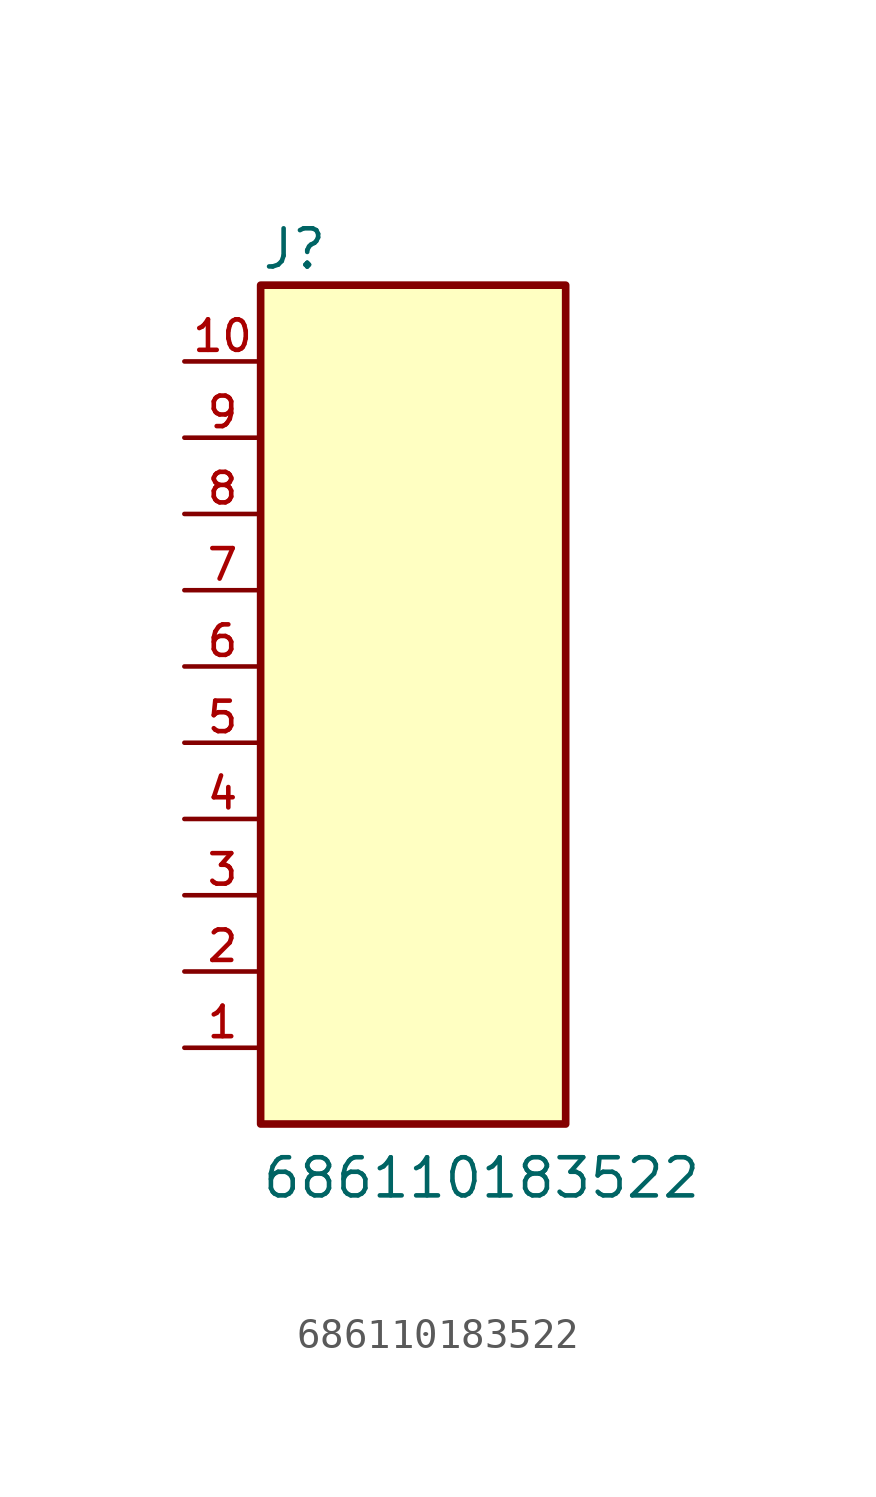
<source format=kicad_sym>
(kicad_symbol_lib
  (version 20211014)
  (generator kicad_symbol_editor)
  (symbol "686110183522"
    (pin_names
      (offset 1.016))
    (property "Reference" "J"
      (at -5.08 13.16 0)
      (effects (font (size 1.27 1.27)) (justify bottom left)))
    (property "Value" "686110183522"
      (at -5.08 -17.78 0)
      (effects (font (size 1.27 1.27)) (justify bottom left)))
    (symbol "686110183522_0_0"
      (rectangle (start -5.08 -15.24) (end 5.08 12.7) (stroke (width 0.254)) (fill (type background)))
      (pin passive line (at -7.62 10.16 0) (length 2.54) (name "~" (effects (font (size 1.016 1.016)))) (number "10" (effects (font (size 1.016 1.016)))))
      (pin passive line (at -7.62 7.62 0) (length 2.54) (name "~" (effects (font (size 1.016 1.016)))) (number "9" (effects (font (size 1.016 1.016)))))
      (pin passive line (at -7.62 5.08 0) (length 2.54) (name "~" (effects (font (size 1.016 1.016)))) (number "8" (effects (font (size 1.016 1.016)))))
      (pin passive line (at -7.62 2.54 0) (length 2.54) (name "~" (effects (font (size 1.016 1.016)))) (number "7" (effects (font (size 1.016 1.016)))))
      (pin passive line (at -7.62 0.0 0) (length 2.54) (name "~" (effects (font (size 1.016 1.016)))) (number "6" (effects (font (size 1.016 1.016)))))
      (pin passive line (at -7.62 -2.54 0) (length 2.54) (name "~" (effects (font (size 1.016 1.016)))) (number "5" (effects (font (size 1.016 1.016)))))
      (pin passive line (at -7.62 -5.08 0) (length 2.54) (name "~" (effects (font (size 1.016 1.016)))) (number "4" (effects (font (size 1.016 1.016)))))
      (pin passive line (at -7.62 -7.62 0) (length 2.54) (name "~" (effects (font (size 1.016 1.016)))) (number "3" (effects (font (size 1.016 1.016)))))
      (pin passive line (at -7.62 -10.16 0) (length 2.54) (name "~" (effects (font (size 1.016 1.016)))) (number "2" (effects (font (size 1.016 1.016)))))
      (pin passive line (at -7.62 -12.7 0) (length 2.54) (name "~" (effects (font (size 1.016 1.016)))) (number "1" (effects (font (size 1.016 1.016))))))))
</source>
